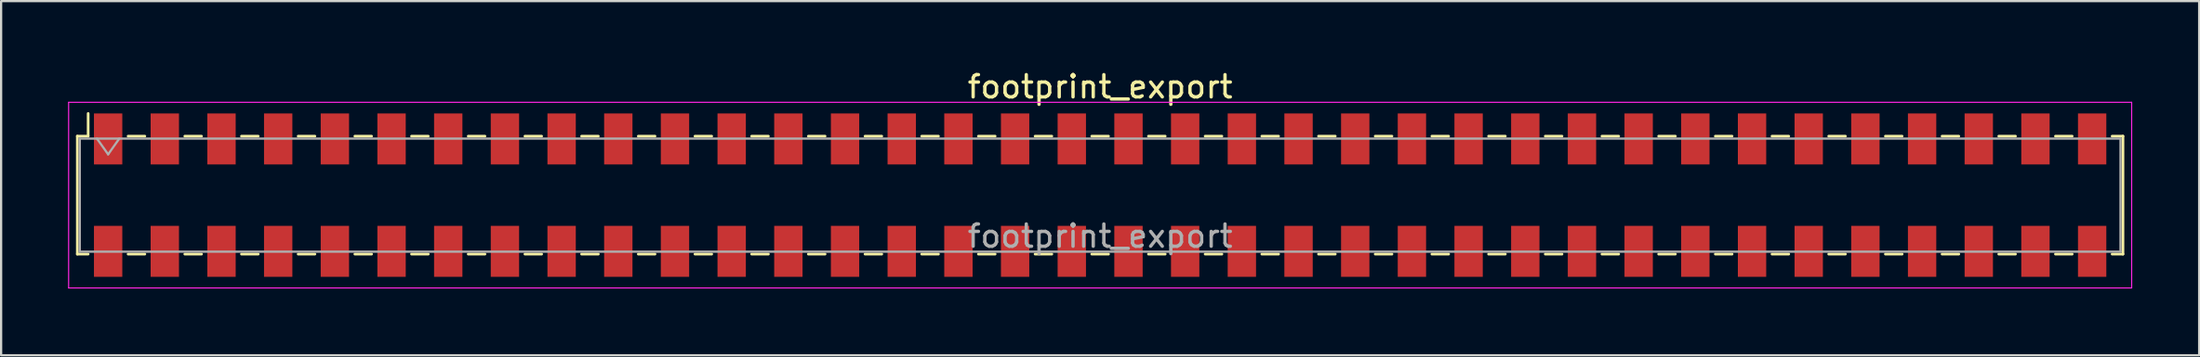
<source format=kicad_pcb>
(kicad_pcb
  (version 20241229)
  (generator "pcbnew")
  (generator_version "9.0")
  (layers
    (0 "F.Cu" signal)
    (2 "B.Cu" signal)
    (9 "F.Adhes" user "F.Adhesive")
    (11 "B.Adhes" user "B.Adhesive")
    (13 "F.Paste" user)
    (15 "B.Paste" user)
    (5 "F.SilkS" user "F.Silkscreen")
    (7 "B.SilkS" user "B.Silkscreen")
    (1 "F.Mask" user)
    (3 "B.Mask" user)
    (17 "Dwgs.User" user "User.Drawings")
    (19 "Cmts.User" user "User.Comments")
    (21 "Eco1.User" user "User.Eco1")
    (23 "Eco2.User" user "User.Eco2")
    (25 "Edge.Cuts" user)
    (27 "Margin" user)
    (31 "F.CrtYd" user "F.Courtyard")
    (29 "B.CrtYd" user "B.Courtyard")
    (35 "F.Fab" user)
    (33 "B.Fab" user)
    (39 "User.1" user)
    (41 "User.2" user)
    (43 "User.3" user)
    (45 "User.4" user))
  (footprint "footprint_export"
    (layer "F.Cu")
    (at 46.245 5.718)
    (property "Reference" "footprint_export" (at 0 -4.87 0) (layer "F.SilkS") (effects (font (size 1 1) (thickness 0.15))))
    (attr smd)
    (fp_line (start -45.83 -2.65) (end -45.83 2.65) (stroke (width 0.12) (type solid)) (layer "F.SilkS"))
    (fp_line (start -45.83 2.65) (end -45.345 2.65) (stroke (width 0.12) (type solid)) (layer "F.SilkS"))
    (fp_line (start -45.345 -3.67) (end -45.345 -2.65) (stroke (width 0.12) (type solid)) (layer "F.SilkS"))
    (fp_line (start -45.345 -2.65) (end -45.83 -2.65) (stroke (width 0.12) (type solid)) (layer "F.SilkS"))
    (fp_line (start -43.555 -2.65) (end -42.805 -2.65) (stroke (width 0.12) (type solid)) (layer "F.SilkS"))
    (fp_line (start -43.555 2.65) (end -42.805 2.65) (stroke (width 0.12) (type solid)) (layer "F.SilkS"))
    (fp_line (start -41.015 -2.65) (end -40.265 -2.65) (stroke (width 0.12) (type solid)) (layer "F.SilkS"))
    (fp_line (start -41.015 2.65) (end -40.265 2.65) (stroke (width 0.12) (type solid)) (layer "F.SilkS"))
    (fp_line (start -38.475 -2.65) (end -37.725 -2.65) (stroke (width 0.12) (type solid)) (layer "F.SilkS"))
    (fp_line (start -38.475 2.65) (end -37.725 2.65) (stroke (width 0.12) (type solid)) (layer "F.SilkS"))
    (fp_line (start -35.935 -2.65) (end -35.185 -2.65) (stroke (width 0.12) (type solid)) (layer "F.SilkS"))
    (fp_line (start -35.935 2.65) (end -35.185 2.65) (stroke (width 0.12) (type solid)) (layer "F.SilkS"))
    (fp_line (start -33.395 -2.65) (end -32.645 -2.65) (stroke (width 0.12) (type solid)) (layer "F.SilkS"))
    (fp_line (start -33.395 2.65) (end -32.645 2.65) (stroke (width 0.12) (type solid)) (layer "F.SilkS"))
    (fp_line (start -30.855 -2.65) (end -30.105 -2.65) (stroke (width 0.12) (type solid)) (layer "F.SilkS"))
    (fp_line (start -30.855 2.65) (end -30.105 2.65) (stroke (width 0.12) (type solid)) (layer "F.SilkS"))
    (fp_line (start -28.315 -2.65) (end -27.565 -2.65) (stroke (width 0.12) (type solid)) (layer "F.SilkS"))
    (fp_line (start -28.315 2.65) (end -27.565 2.65) (stroke (width 0.12) (type solid)) (layer "F.SilkS"))
    (fp_line (start -25.775 -2.65) (end -25.025 -2.65) (stroke (width 0.12) (type solid)) (layer "F.SilkS"))
    (fp_line (start -25.775 2.65) (end -25.025 2.65) (stroke (width 0.12) (type solid)) (layer "F.SilkS"))
    (fp_line (start -23.235 -2.65) (end -22.485 -2.65) (stroke (width 0.12) (type solid)) (layer "F.SilkS"))
    (fp_line (start -23.235 2.65) (end -22.485 2.65) (stroke (width 0.12) (type solid)) (layer "F.SilkS"))
    (fp_line (start -20.695 -2.65) (end -19.945 -2.65) (stroke (width 0.12) (type solid)) (layer "F.SilkS"))
    (fp_line (start -20.695 2.65) (end -19.945 2.65) (stroke (width 0.12) (type solid)) (layer "F.SilkS"))
    (fp_line (start -18.155 -2.65) (end -17.405 -2.65) (stroke (width 0.12) (type solid)) (layer "F.SilkS"))
    (fp_line (start -18.155 2.65) (end -17.405 2.65) (stroke (width 0.12) (type solid)) (layer "F.SilkS"))
    (fp_line (start -15.615 -2.65) (end -14.865 -2.65) (stroke (width 0.12) (type solid)) (layer "F.SilkS"))
    (fp_line (start -15.615 2.65) (end -14.865 2.65) (stroke (width 0.12) (type solid)) (layer "F.SilkS"))
    (fp_line (start -13.075 -2.65) (end -12.325 -2.65) (stroke (width 0.12) (type solid)) (layer "F.SilkS"))
    (fp_line (start -13.075 2.65) (end -12.325 2.65) (stroke (width 0.12) (type solid)) (layer "F.SilkS"))
    (fp_line (start -10.535 -2.65) (end -9.785 -2.65) (stroke (width 0.12) (type solid)) (layer "F.SilkS"))
    (fp_line (start -10.535 2.65) (end -9.785 2.65) (stroke (width 0.12) (type solid)) (layer "F.SilkS"))
    (fp_line (start -7.995 -2.65) (end -7.245 -2.65) (stroke (width 0.12) (type solid)) (layer "F.SilkS"))
    (fp_line (start -7.995 2.65) (end -7.245 2.65) (stroke (width 0.12) (type solid)) (layer "F.SilkS"))
    (fp_line (start -5.455 -2.65) (end -4.705 -2.65) (stroke (width 0.12) (type solid)) (layer "F.SilkS"))
    (fp_line (start -5.455 2.65) (end -4.705 2.65) (stroke (width 0.12) (type solid)) (layer "F.SilkS"))
    (fp_line (start -2.915 -2.65) (end -2.165 -2.65) (stroke (width 0.12) (type solid)) (layer "F.SilkS"))
    (fp_line (start -2.915 2.65) (end -2.165 2.65) (stroke (width 0.12) (type solid)) (layer "F.SilkS"))
    (fp_line (start -0.375 -2.65) (end 0.375 -2.65) (stroke (width 0.12) (type solid)) (layer "F.SilkS"))
    (fp_line (start -0.375 2.65) (end 0.375 2.65) (stroke (width 0.12) (type solid)) (layer "F.SilkS"))
    (fp_line (start 2.165 -2.65) (end 2.915 -2.65) (stroke (width 0.12) (type solid)) (layer "F.SilkS"))
    (fp_line (start 2.165 2.65) (end 2.915 2.65) (stroke (width 0.12) (type solid)) (layer "F.SilkS"))
    (fp_line (start 4.705 -2.65) (end 5.455 -2.65) (stroke (width 0.12) (type solid)) (layer "F.SilkS"))
    (fp_line (start 4.705 2.65) (end 5.455 2.65) (stroke (width 0.12) (type solid)) (layer "F.SilkS"))
    (fp_line (start 7.245 -2.65) (end 7.995 -2.65) (stroke (width 0.12) (type solid)) (layer "F.SilkS"))
    (fp_line (start 7.245 2.65) (end 7.995 2.65) (stroke (width 0.12) (type solid)) (layer "F.SilkS"))
    (fp_line (start 9.785 -2.65) (end 10.535 -2.65) (stroke (width 0.12) (type solid)) (layer "F.SilkS"))
    (fp_line (start 9.785 2.65) (end 10.535 2.65) (stroke (width 0.12) (type solid)) (layer "F.SilkS"))
    (fp_line (start 12.325 -2.65) (end 13.075 -2.65) (stroke (width 0.12) (type solid)) (layer "F.SilkS"))
    (fp_line (start 12.325 2.65) (end 13.075 2.65) (stroke (width 0.12) (type solid)) (layer "F.SilkS"))
    (fp_line (start 14.865 -2.65) (end 15.615 -2.65) (stroke (width 0.12) (type solid)) (layer "F.SilkS"))
    (fp_line (start 14.865 2.65) (end 15.615 2.65) (stroke (width 0.12) (type solid)) (layer "F.SilkS"))
    (fp_line (start 17.405 -2.65) (end 18.155 -2.65) (stroke (width 0.12) (type solid)) (layer "F.SilkS"))
    (fp_line (start 17.405 2.65) (end 18.155 2.65) (stroke (width 0.12) (type solid)) (layer "F.SilkS"))
    (fp_line (start 19.945 -2.65) (end 20.695 -2.65) (stroke (width 0.12) (type solid)) (layer "F.SilkS"))
    (fp_line (start 19.945 2.65) (end 20.695 2.65) (stroke (width 0.12) (type solid)) (layer "F.SilkS"))
    (fp_line (start 22.485 -2.65) (end 23.235 -2.65) (stroke (width 0.12) (type solid)) (layer "F.SilkS"))
    (fp_line (start 22.485 2.65) (end 23.235 2.65) (stroke (width 0.12) (type solid)) (layer "F.SilkS"))
    (fp_line (start 25.025 -2.65) (end 25.775 -2.65) (stroke (width 0.12) (type solid)) (layer "F.SilkS"))
    (fp_line (start 25.025 2.65) (end 25.775 2.65) (stroke (width 0.12) (type solid)) (layer "F.SilkS"))
    (fp_line (start 27.565 -2.65) (end 28.315 -2.65) (stroke (width 0.12) (type solid)) (layer "F.SilkS"))
    (fp_line (start 27.565 2.65) (end 28.315 2.65) (stroke (width 0.12) (type solid)) (layer "F.SilkS"))
    (fp_line (start 30.105 -2.65) (end 30.855 -2.65) (stroke (width 0.12) (type solid)) (layer "F.SilkS"))
    (fp_line (start 30.105 2.65) (end 30.855 2.65) (stroke (width 0.12) (type solid)) (layer "F.SilkS"))
    (fp_line (start 32.645 -2.65) (end 33.395 -2.65) (stroke (width 0.12) (type solid)) (layer "F.SilkS"))
    (fp_line (start 32.645 2.65) (end 33.395 2.65) (stroke (width 0.12) (type solid)) (layer "F.SilkS"))
    (fp_line (start 35.185 -2.65) (end 35.935 -2.65) (stroke (width 0.12) (type solid)) (layer "F.SilkS"))
    (fp_line (start 35.185 2.65) (end 35.935 2.65) (stroke (width 0.12) (type solid)) (layer "F.SilkS"))
    (fp_line (start 37.725 -2.65) (end 38.475 -2.65) (stroke (width 0.12) (type solid)) (layer "F.SilkS"))
    (fp_line (start 37.725 2.65) (end 38.475 2.65) (stroke (width 0.12) (type solid)) (layer "F.SilkS"))
    (fp_line (start 40.265 -2.65) (end 41.015 -2.65) (stroke (width 0.12) (type solid)) (layer "F.SilkS"))
    (fp_line (start 40.265 2.65) (end 41.015 2.65) (stroke (width 0.12) (type solid)) (layer "F.SilkS"))
    (fp_line (start 42.805 -2.65) (end 43.555 -2.65) (stroke (width 0.12) (type solid)) (layer "F.SilkS"))
    (fp_line (start 42.805 2.65) (end 43.555 2.65) (stroke (width 0.12) (type solid)) (layer "F.SilkS"))
    (fp_line (start 45.345 -2.65) (end 45.83 -2.65) (stroke (width 0.12) (type solid)) (layer "F.SilkS"))
    (fp_line (start 45.83 -2.65) (end 45.83 2.65) (stroke (width 0.12) (type solid)) (layer "F.SilkS"))
    (fp_line (start 45.83 2.65) (end 45.345 2.65) (stroke (width 0.12) (type solid)) (layer "F.SilkS"))
    (fp_line (start -46.22 -4.17) (end 46.22 -4.17) (stroke (width 0.05) (type solid)) (layer "F.CrtYd"))
    (fp_line (start -46.22 4.17) (end -46.22 -4.17) (stroke (width 0.05) (type solid)) (layer "F.CrtYd"))
    (fp_line (start 46.22 -4.17) (end 46.22 4.17) (stroke (width 0.05) (type solid)) (layer "F.CrtYd"))
    (fp_line (start 46.22 4.17) (end -46.22 4.17) (stroke (width 0.05) (type solid)) (layer "F.CrtYd"))
    (fp_line (start -45.72 -2.54) (end 45.72 -2.54) (stroke (width 0.1) (type solid)) (layer "F.Fab"))
    (fp_line (start -45.72 2.54) (end -45.72 -2.54) (stroke (width 0.1) (type solid)) (layer "F.Fab"))
    (fp_line (start -44.95 -2.54) (end -44.45 -1.833) (stroke (width 0.1) (type solid)) (layer "F.Fab"))
    (fp_line (start -44.45 -1.833) (end -43.95 -2.54) (stroke (width 0.1) (type solid)) (layer "F.Fab"))
    (fp_line (start 45.72 -2.54) (end 45.72 2.54) (stroke (width 0.1) (type solid)) (layer "F.Fab"))
    (fp_line (start 45.72 2.54) (end -45.72 2.54) (stroke (width 0.1) (type solid)) (layer "F.Fab"))
    (fp_text user "${REFERENCE}" (at 0 1.84 0) (layer "F.Fab") (effects (font (size 1 1) (thickness 0.15))))
    (pad "1" smd rect (at -44.45 -2.525) (size 1.27 2.29) (layers "F.Cu" "F.Mask" "F.Paste"))
    (pad "2" smd rect (at -44.45 2.525) (size 1.27 2.29) (layers "F.Cu" "F.Mask" "F.Paste"))
    (pad "3" smd rect (at -41.91 -2.525) (size 1.27 2.29) (layers "F.Cu" "F.Mask" "F.Paste"))
    (pad "4" smd rect (at -41.91 2.525) (size 1.27 2.29) (layers "F.Cu" "F.Mask" "F.Paste"))
    (pad "5" smd rect (at -39.37 -2.525) (size 1.27 2.29) (layers "F.Cu" "F.Mask" "F.Paste"))
    (pad "6" smd rect (at -39.37 2.525) (size 1.27 2.29) (layers "F.Cu" "F.Mask" "F.Paste"))
    (pad "7" smd rect (at -36.83 -2.525) (size 1.27 2.29) (layers "F.Cu" "F.Mask" "F.Paste"))
    (pad "8" smd rect (at -36.83 2.525) (size 1.27 2.29) (layers "F.Cu" "F.Mask" "F.Paste"))
    (pad "9" smd rect (at -34.29 -2.525) (size 1.27 2.29) (layers "F.Cu" "F.Mask" "F.Paste"))
    (pad "10" smd rect (at -34.29 2.525) (size 1.27 2.29) (layers "F.Cu" "F.Mask" "F.Paste"))
    (pad "11" smd rect (at -31.75 -2.525) (size 1.27 2.29) (layers "F.Cu" "F.Mask" "F.Paste"))
    (pad "12" smd rect (at -31.75 2.525) (size 1.27 2.29) (layers "F.Cu" "F.Mask" "F.Paste"))
    (pad "13" smd rect (at -29.21 -2.525) (size 1.27 2.29) (layers "F.Cu" "F.Mask" "F.Paste"))
    (pad "14" smd rect (at -29.21 2.525) (size 1.27 2.29) (layers "F.Cu" "F.Mask" "F.Paste"))
    (pad "15" smd rect (at -26.67 -2.525) (size 1.27 2.29) (layers "F.Cu" "F.Mask" "F.Paste"))
    (pad "16" smd rect (at -26.67 2.525) (size 1.27 2.29) (layers "F.Cu" "F.Mask" "F.Paste"))
    (pad "17" smd rect (at -24.13 -2.525) (size 1.27 2.29) (layers "F.Cu" "F.Mask" "F.Paste"))
    (pad "18" smd rect (at -24.13 2.525) (size 1.27 2.29) (layers "F.Cu" "F.Mask" "F.Paste"))
    (pad "19" smd rect (at -21.59 -2.525) (size 1.27 2.29) (layers "F.Cu" "F.Mask" "F.Paste"))
    (pad "20" smd rect (at -21.59 2.525) (size 1.27 2.29) (layers "F.Cu" "F.Mask" "F.Paste"))
    (pad "21" smd rect (at -19.05 -2.525) (size 1.27 2.29) (layers "F.Cu" "F.Mask" "F.Paste"))
    (pad "22" smd rect (at -19.05 2.525) (size 1.27 2.29) (layers "F.Cu" "F.Mask" "F.Paste"))
    (pad "23" smd rect (at -16.51 -2.525) (size 1.27 2.29) (layers "F.Cu" "F.Mask" "F.Paste"))
    (pad "24" smd rect (at -16.51 2.525) (size 1.27 2.29) (layers "F.Cu" "F.Mask" "F.Paste"))
    (pad "25" smd rect (at -13.97 -2.525) (size 1.27 2.29) (layers "F.Cu" "F.Mask" "F.Paste"))
    (pad "26" smd rect (at -13.97 2.525) (size 1.27 2.29) (layers "F.Cu" "F.Mask" "F.Paste"))
    (pad "27" smd rect (at -11.43 -2.525) (size 1.27 2.29) (layers "F.Cu" "F.Mask" "F.Paste"))
    (pad "28" smd rect (at -11.43 2.525) (size 1.27 2.29) (layers "F.Cu" "F.Mask" "F.Paste"))
    (pad "29" smd rect (at -8.89 -2.525) (size 1.27 2.29) (layers "F.Cu" "F.Mask" "F.Paste"))
    (pad "30" smd rect (at -8.89 2.525) (size 1.27 2.29) (layers "F.Cu" "F.Mask" "F.Paste"))
    (pad "31" smd rect (at -6.35 -2.525) (size 1.27 2.29) (layers "F.Cu" "F.Mask" "F.Paste"))
    (pad "32" smd rect (at -6.35 2.525) (size 1.27 2.29) (layers "F.Cu" "F.Mask" "F.Paste"))
    (pad "33" smd rect (at -3.81 -2.525) (size 1.27 2.29) (layers "F.Cu" "F.Mask" "F.Paste"))
    (pad "34" smd rect (at -3.81 2.525) (size 1.27 2.29) (layers "F.Cu" "F.Mask" "F.Paste"))
    (pad "35" smd rect (at -1.27 -2.525) (size 1.27 2.29) (layers "F.Cu" "F.Mask" "F.Paste"))
    (pad "36" smd rect (at -1.27 2.525) (size 1.27 2.29) (layers "F.Cu" "F.Mask" "F.Paste"))
    (pad "37" smd rect (at 1.27 -2.525) (size 1.27 2.29) (layers "F.Cu" "F.Mask" "F.Paste"))
    (pad "38" smd rect (at 1.27 2.525) (size 1.27 2.29) (layers "F.Cu" "F.Mask" "F.Paste"))
    (pad "39" smd rect (at 3.81 -2.525) (size 1.27 2.29) (layers "F.Cu" "F.Mask" "F.Paste"))
    (pad "40" smd rect (at 3.81 2.525) (size 1.27 2.29) (layers "F.Cu" "F.Mask" "F.Paste"))
    (pad "41" smd rect (at 6.35 -2.525) (size 1.27 2.29) (layers "F.Cu" "F.Mask" "F.Paste"))
    (pad "42" smd rect (at 6.35 2.525) (size 1.27 2.29) (layers "F.Cu" "F.Mask" "F.Paste"))
    (pad "43" smd rect (at 8.89 -2.525) (size 1.27 2.29) (layers "F.Cu" "F.Mask" "F.Paste"))
    (pad "44" smd rect (at 8.89 2.525) (size 1.27 2.29) (layers "F.Cu" "F.Mask" "F.Paste"))
    (pad "45" smd rect (at 11.43 -2.525) (size 1.27 2.29) (layers "F.Cu" "F.Mask" "F.Paste"))
    (pad "46" smd rect (at 11.43 2.525) (size 1.27 2.29) (layers "F.Cu" "F.Mask" "F.Paste"))
    (pad "47" smd rect (at 13.97 -2.525) (size 1.27 2.29) (layers "F.Cu" "F.Mask" "F.Paste"))
    (pad "48" smd rect (at 13.97 2.525) (size 1.27 2.29) (layers "F.Cu" "F.Mask" "F.Paste"))
    (pad "49" smd rect (at 16.51 -2.525) (size 1.27 2.29) (layers "F.Cu" "F.Mask" "F.Paste"))
    (pad "50" smd rect (at 16.51 2.525) (size 1.27 2.29) (layers "F.Cu" "F.Mask" "F.Paste"))
    (pad "51" smd rect (at 19.05 -2.525) (size 1.27 2.29) (layers "F.Cu" "F.Mask" "F.Paste"))
    (pad "52" smd rect (at 19.05 2.525) (size 1.27 2.29) (layers "F.Cu" "F.Mask" "F.Paste"))
    (pad "53" smd rect (at 21.59 -2.525) (size 1.27 2.29) (layers "F.Cu" "F.Mask" "F.Paste"))
    (pad "54" smd rect (at 21.59 2.525) (size 1.27 2.29) (layers "F.Cu" "F.Mask" "F.Paste"))
    (pad "55" smd rect (at 24.13 -2.525) (size 1.27 2.29) (layers "F.Cu" "F.Mask" "F.Paste"))
    (pad "56" smd rect (at 24.13 2.525) (size 1.27 2.29) (layers "F.Cu" "F.Mask" "F.Paste"))
    (pad "57" smd rect (at 26.67 -2.525) (size 1.27 2.29) (layers "F.Cu" "F.Mask" "F.Paste"))
    (pad "58" smd rect (at 26.67 2.525) (size 1.27 2.29) (layers "F.Cu" "F.Mask" "F.Paste"))
    (pad "59" smd rect (at 29.21 -2.525) (size 1.27 2.29) (layers "F.Cu" "F.Mask" "F.Paste"))
    (pad "60" smd rect (at 29.21 2.525) (size 1.27 2.29) (layers "F.Cu" "F.Mask" "F.Paste"))
    (pad "61" smd rect (at 31.75 -2.525) (size 1.27 2.29) (layers "F.Cu" "F.Mask" "F.Paste"))
    (pad "62" smd rect (at 31.75 2.525) (size 1.27 2.29) (layers "F.Cu" "F.Mask" "F.Paste"))
    (pad "63" smd rect (at 34.29 -2.525) (size 1.27 2.29) (layers "F.Cu" "F.Mask" "F.Paste"))
    (pad "64" smd rect (at 34.29 2.525) (size 1.27 2.29) (layers "F.Cu" "F.Mask" "F.Paste"))
    (pad "65" smd rect (at 36.83 -2.525) (size 1.27 2.29) (layers "F.Cu" "F.Mask" "F.Paste"))
    (pad "66" smd rect (at 36.83 2.525) (size 1.27 2.29) (layers "F.Cu" "F.Mask" "F.Paste"))
    (pad "67" smd rect (at 39.37 -2.525) (size 1.27 2.29) (layers "F.Cu" "F.Mask" "F.Paste"))
    (pad "68" smd rect (at 39.37 2.525) (size 1.27 2.29) (layers "F.Cu" "F.Mask" "F.Paste"))
    (pad "69" smd rect (at 41.91 -2.525) (size 1.27 2.29) (layers "F.Cu" "F.Mask" "F.Paste"))
    (pad "70" smd rect (at 41.91 2.525) (size 1.27 2.29) (layers "F.Cu" "F.Mask" "F.Paste"))
    (pad "71" smd rect (at 44.45 -2.525) (size 1.27 2.29) (layers "F.Cu" "F.Mask" "F.Paste"))
    (pad "72" smd rect (at 44.45 2.525) (size 1.27 2.29) (layers "F.Cu" "F.Mask" "F.Paste")))
  (gr_rect
    (start -3 -3)
    (end 95.49 12.913)
    (stroke (width 0.1) (type default))
    (fill no)
    (layer "Edge.Cuts")))
</source>
